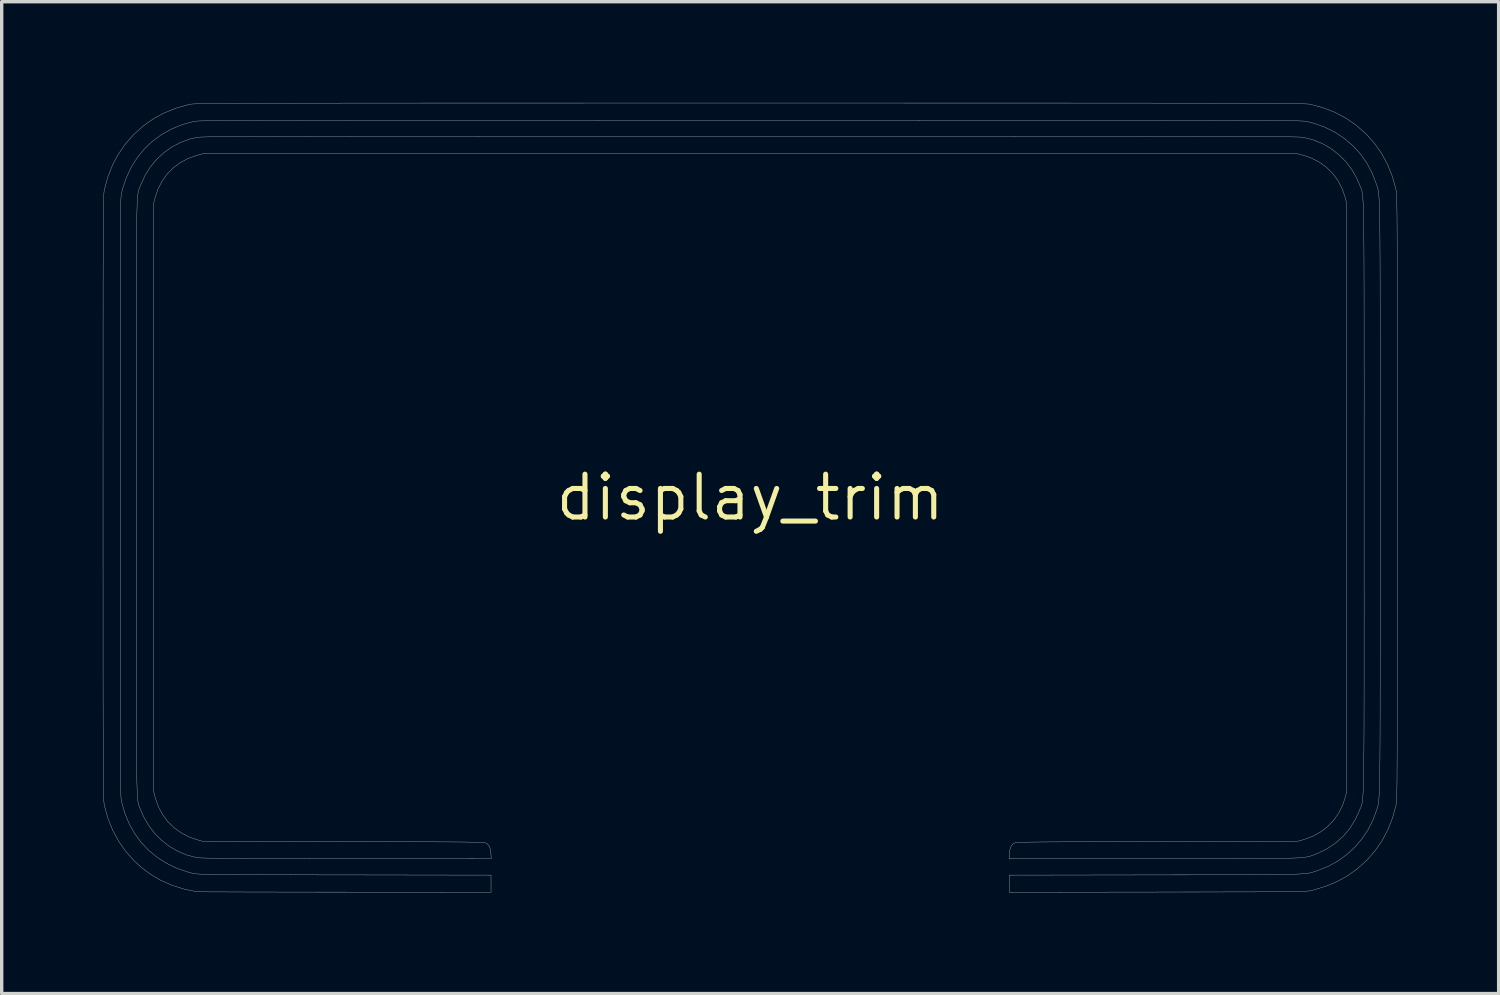
<source format=kicad_pcb>
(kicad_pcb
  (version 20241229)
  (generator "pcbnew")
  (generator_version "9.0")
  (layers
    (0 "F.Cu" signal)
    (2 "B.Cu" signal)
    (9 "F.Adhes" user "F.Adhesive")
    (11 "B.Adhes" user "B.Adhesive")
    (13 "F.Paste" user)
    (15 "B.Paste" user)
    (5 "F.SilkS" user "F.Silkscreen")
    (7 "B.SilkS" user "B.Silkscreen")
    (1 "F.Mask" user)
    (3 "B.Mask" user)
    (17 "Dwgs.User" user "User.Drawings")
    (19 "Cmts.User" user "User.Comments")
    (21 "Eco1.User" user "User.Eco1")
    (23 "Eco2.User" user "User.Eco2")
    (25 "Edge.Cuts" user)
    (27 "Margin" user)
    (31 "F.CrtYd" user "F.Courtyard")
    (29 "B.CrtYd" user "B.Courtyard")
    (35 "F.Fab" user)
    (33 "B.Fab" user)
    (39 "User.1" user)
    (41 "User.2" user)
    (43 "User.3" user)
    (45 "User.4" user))
  (footprint "display_trim"
    (layer "F.Cu")
    (at 19.193 11.7)
    (property "Reference" "display_trim" (at 0 0 0) (layer "F.SilkS") (effects (font (size 1.27 1.27) (thickness 0.15))))
    (attr through_hole)
    (fp_poly (pts (xy 1.002 -10.71) (xy 1.963 -10.71) (xy 2.883 -10.71) (xy 3.763 -10.71) (xy 4.604 -10.71) (xy 5.408 -10.71) (xy 6.174 -10.71) (xy 6.904 -10.71) (xy 7.599 -10.71) (xy 8.259 -10.709) (xy 8.886 -10.709) (xy 9.479 -10.709) (xy 10.041 -10.709) (xy 10.572 -10.708) (xy 11.073 -10.708) (xy 11.545 -10.708) (xy 11.988 -10.707) (xy 12.404 -10.707) (xy 12.793 -10.706) (xy 13.156 -10.706) (xy 13.494 -10.705) (xy 13.809 -10.704) (xy 14.1 -10.704) (xy 14.369 -10.703) (xy 14.616 -10.702) (xy 14.843 -10.701) (xy 15.05 -10.7) (xy 15.238 -10.699) (xy 15.409 -10.698) (xy 15.562 -10.697) (xy 15.699 -10.696) (xy 15.821 -10.695) (xy 15.929 -10.694) (xy 16.023 -10.692) (xy 16.104 -10.691) (xy 16.173 -10.689) (xy 16.231 -10.688) (xy 16.28 -10.686) (xy 16.319 -10.684) (xy 16.349 -10.683) (xy 16.373 -10.681) (xy 16.389 -10.679) (xy 16.393 -10.678) (xy 16.681 -10.607) (xy 16.954 -10.498) (xy 17.208 -10.353) (xy 17.442 -10.176) (xy 17.65 -9.969) (xy 17.831 -9.735) (xy 17.981 -9.475) (xy 18.069 -9.271) (xy 18.08 -9.243) (xy 18.091 -9.218) (xy 18.1 -9.195) (xy 18.11 -9.174) (xy 18.118 -9.152) (xy 18.126 -9.129) (xy 18.134 -9.102) (xy 18.141 -9.072) (xy 18.148 -9.037) (xy 18.154 -8.995) (xy 18.159 -8.946) (xy 18.165 -8.888) (xy 18.169 -8.819) (xy 18.174 -8.74) (xy 18.178 -8.648) (xy 18.181 -8.542) (xy 18.185 -8.421) (xy 18.188 -8.284) (xy 18.19 -8.129) (xy 18.193 -7.956) (xy 18.195 -7.763) (xy 18.196 -7.549) (xy 18.198 -7.312) (xy 18.199 -7.052) (xy 18.2 -6.768) (xy 18.201 -6.457) (xy 18.202 -6.119) (xy 18.202 -5.752) (xy 18.203 -5.356) (xy 18.203 -4.929) (xy 18.203 -4.47) (xy 18.203 -3.977) (xy 18.204 -3.45) (xy 18.204 -2.887) (xy 18.203 -2.287) (xy 18.203 -1.649) (xy 18.203 -0.972) (xy 18.203 -0.253) (xy 18.203 0) (xy 18.203 0.732) (xy 18.203 1.424) (xy 18.203 2.075) (xy 18.203 2.688) (xy 18.204 3.263) (xy 18.203 3.802) (xy 18.203 4.306) (xy 18.203 4.777) (xy 18.203 5.215) (xy 18.203 5.621) (xy 18.202 5.998) (xy 18.201 6.345) (xy 18.201 6.665) (xy 18.2 6.959) (xy 18.198 7.227) (xy 18.197 7.471) (xy 18.195 7.693) (xy 18.193 7.893) (xy 18.191 8.073) (xy 18.188 8.233) (xy 18.186 8.376) (xy 18.183 8.502) (xy 18.179 8.613) (xy 18.175 8.71) (xy 18.171 8.794) (xy 18.166 8.866) (xy 18.161 8.927) (xy 18.156 8.979) (xy 18.15 9.024) (xy 18.143 9.061) (xy 18.136 9.093) (xy 18.129 9.12) (xy 18.121 9.144) (xy 18.113 9.167) (xy 18.104 9.188) (xy 18.094 9.21) (xy 18.084 9.234) (xy 18.073 9.261) (xy 18.069 9.271) (xy 17.941 9.553) (xy 17.78 9.81) (xy 17.588 10.04) (xy 17.365 10.24) (xy 17.115 10.41) (xy 16.839 10.546) (xy 16.764 10.576) (xy 16.724 10.592) (xy 16.687 10.606) (xy 16.653 10.619) (xy 16.618 10.631) (xy 16.582 10.641) (xy 16.542 10.651) (xy 16.497 10.66) (xy 16.445 10.668) (xy 16.383 10.675) (xy 16.311 10.681) (xy 16.227 10.687) (xy 16.128 10.691) (xy 16.013 10.695) (xy 15.88 10.699) (xy 15.728 10.702) (xy 15.554 10.704) (xy 15.356 10.706) (xy 15.133 10.707) (xy 14.884 10.709) (xy 14.606 10.709) (xy 14.297 10.71) (xy 13.956 10.71) (xy 13.58 10.71) (xy 13.169 10.71) (xy 12.72 10.71) (xy 12.232 10.71) (xy 11.943 10.71) (xy 7.678 10.71) (xy 7.688 10.553) (xy 7.702 10.437) (xy 7.729 10.353) (xy 7.775 10.291) (xy 7.826 10.25) (xy 7.834 10.246) (xy 7.846 10.242) (xy 7.864 10.238) (xy 7.889 10.235) (xy 7.923 10.231) (xy 7.968 10.229) (xy 8.026 10.226) (xy 8.098 10.224) (xy 8.186 10.221) (xy 8.292 10.219) (xy 8.418 10.218) (xy 8.565 10.216) (xy 8.735 10.214) (xy 8.93 10.213) (xy 9.152 10.212) (xy 9.402 10.21) (xy 9.682 10.209) (xy 9.994 10.208) (xy 10.34 10.207) (xy 10.721 10.206) (xy 11.14 10.205) (xy 11.597 10.203) (xy 12.064 10.202) (xy 16.245 10.191) (xy 16.414 10.144) (xy 16.672 10.05) (xy 16.907 9.921) (xy 17.117 9.762) (xy 17.298 9.573) (xy 17.45 9.358) (xy 17.568 9.119) (xy 17.637 8.911) (xy 17.685 8.731) (xy 17.685 -8.731) (xy 17.637 -8.911) (xy 17.547 -9.168) (xy 17.423 -9.403) (xy 17.266 -9.613) (xy 17.079 -9.796) (xy 16.866 -9.948) (xy 16.627 -10.069) (xy 16.401 -10.145) (xy 16.224 -10.192) (xy -16.224 -10.192) (xy -16.404 -10.144) (xy -16.661 -10.054) (xy -16.896 -9.93) (xy -17.106 -9.773) (xy -17.289 -9.586) (xy -17.441 -9.373) (xy -17.562 -9.134) (xy -17.638 -8.908) (xy -17.685 -8.731) (xy -17.685 8.731) (xy -17.638 8.908) (xy -17.548 9.166) (xy -17.423 9.401) (xy -17.266 9.612) (xy -17.078 9.796) (xy -16.863 9.949) (xy -16.623 10.071) (xy -16.415 10.144) (xy -16.245 10.191) (xy -12.064 10.202) (xy -11.569 10.203) (xy -11.114 10.205) (xy -10.697 10.206) (xy -10.318 10.207) (xy -9.975 10.208) (xy -9.664 10.209) (xy -9.386 10.211) (xy -9.138 10.212) (xy -8.918 10.213) (xy -8.724 10.215) (xy -8.556 10.216) (xy -8.41 10.218) (xy -8.285 10.22) (xy -8.181 10.222) (xy -8.093 10.224) (xy -8.022 10.226) (xy -7.965 10.229) (xy -7.921 10.232) (xy -7.887 10.235) (xy -7.863 10.238) (xy -7.845 10.242) (xy -7.834 10.246) (xy -7.826 10.25) (xy -7.763 10.303) (xy -7.722 10.369) (xy -7.698 10.459) (xy -7.688 10.553) (xy -7.678 10.71) (xy -11.962 10.708) (xy -12.475 10.708) (xy -12.947 10.708) (xy -13.381 10.707) (xy -13.777 10.707) (xy -14.138 10.706) (xy -14.465 10.706) (xy -14.759 10.705) (xy -15.023 10.704) (xy -15.257 10.703) (xy -15.465 10.701) (xy -15.647 10.7) (xy -15.805 10.698) (xy -15.94 10.697) (xy -16.056 10.694) (xy -16.152 10.692) (xy -16.231 10.69) (xy -16.294 10.687) (xy -16.343 10.684) (xy -16.381 10.681) (xy -16.407 10.677) (xy -16.411 10.677) (xy -16.694 10.604) (xy -16.964 10.494) (xy -17.216 10.348) (xy -17.447 10.17) (xy -17.655 9.963) (xy -17.834 9.728) (xy -17.983 9.47) (xy -18.069 9.271) (xy -18.08 9.243) (xy -18.091 9.218) (xy -18.1 9.195) (xy -18.11 9.174) (xy -18.118 9.152) (xy -18.126 9.129) (xy -18.134 9.102) (xy -18.141 9.072) (xy -18.148 9.037) (xy -18.154 8.995) (xy -18.159 8.946) (xy -18.165 8.888) (xy -18.169 8.819) (xy -18.174 8.74) (xy -18.178 8.648) (xy -18.181 8.542) (xy -18.185 8.421) (xy -18.188 8.284) (xy -18.19 8.129) (xy -18.193 7.956) (xy -18.195 7.763) (xy -18.196 7.549) (xy -18.198 7.312) (xy -18.199 7.052) (xy -18.2 6.768) (xy -18.201 6.457) (xy -18.202 6.119) (xy -18.202 5.752) (xy -18.203 5.356) (xy -18.203 4.929) (xy -18.203 4.47) (xy -18.203 3.977) (xy -18.204 3.45) (xy -18.204 2.887) (xy -18.203 2.287) (xy -18.203 1.649) (xy -18.203 0.972) (xy -18.203 0.253) (xy -18.203 0) (xy -18.203 -0.732) (xy -18.203 -1.424) (xy -18.203 -2.075) (xy -18.203 -2.688) (xy -18.204 -3.263) (xy -18.203 -3.802) (xy -18.203 -4.306) (xy -18.203 -4.777) (xy -18.203 -5.215) (xy -18.203 -5.621) (xy -18.202 -5.998) (xy -18.201 -6.345) (xy -18.201 -6.665) (xy -18.2 -6.959) (xy -18.198 -7.227) (xy -18.197 -7.471) (xy -18.195 -7.693) (xy -18.193 -7.893) (xy -18.191 -8.073) (xy -18.188 -8.233) (xy -18.186 -8.376) (xy -18.183 -8.502) (xy -18.179 -8.613) (xy -18.175 -8.71) (xy -18.171 -8.794) (xy -18.166 -8.866) (xy -18.161 -8.927) (xy -18.156 -8.979) (xy -18.15 -9.024) (xy -18.143 -9.061) (xy -18.136 -9.093) (xy -18.129 -9.12) (xy -18.121 -9.144) (xy -18.113 -9.167) (xy -18.104 -9.188) (xy -18.094 -9.21) (xy -18.084 -9.234) (xy -18.073 -9.261) (xy -18.069 -9.271) (xy -17.944 -9.546) (xy -17.786 -9.799) (xy -17.597 -10.027) (xy -17.382 -10.226) (xy -17.143 -10.395) (xy -16.883 -10.53) (xy -16.606 -10.63) (xy -16.393 -10.678) (xy -16.379 -10.68) (xy -16.358 -10.682) (xy -16.33 -10.684) (xy -16.294 -10.686) (xy -16.249 -10.687) (xy -16.194 -10.689) (xy -16.128 -10.69) (xy -16.051 -10.692) (xy -15.962 -10.693) (xy -15.859 -10.694) (xy -15.742 -10.696) (xy -15.61 -10.697) (xy -15.462 -10.698) (xy -15.298 -10.699) (xy -15.116 -10.7) (xy -14.915 -10.701) (xy -14.695 -10.702) (xy -14.454 -10.703) (xy -14.193 -10.703) (xy -13.909 -10.704) (xy -13.603 -10.705) (xy -13.273 -10.705) (xy -12.918 -10.706) (xy -12.538 -10.707) (xy -12.131 -10.707) (xy -11.697 -10.708) (xy -11.236 -10.708) (xy -10.745 -10.708) (xy -10.224 -10.709) (xy -9.672 -10.709) (xy -9.089 -10.709) (xy -8.474 -10.709) (xy -7.825 -10.71) (xy -7.142 -10.71) (xy -6.424 -10.71) (xy -5.67 -10.71) (xy -4.879 -10.71) (xy -4.051 -10.71) (xy -3.184 -10.71) (xy -2.277 -10.71) (xy -1.331 -10.71) (xy -0.343 -10.71) (xy 0 -10.71) (xy 1.002 -10.71)) (stroke (width 0.01) (type solid)) (fill yes) (layer "F.Mask"))
    (fp_poly (pts (xy 1.002 -11.695) (xy 1.962 -11.695) (xy 2.881 -11.695) (xy 3.761 -11.695) (xy 4.602 -11.694) (xy 5.405 -11.694) (xy 6.171 -11.694) (xy 6.901 -11.694) (xy 7.596 -11.694) (xy 8.257 -11.694) (xy 8.883 -11.694) (xy 9.478 -11.694) (xy 10.04 -11.693) (xy 10.572 -11.693) (xy 11.074 -11.693) (xy 11.547 -11.693) (xy 11.991 -11.692) (xy 12.409 -11.692) (xy 12.8 -11.692) (xy 13.165 -11.691) (xy 13.506 -11.691) (xy 13.823 -11.69) (xy 14.117 -11.689) (xy 14.389 -11.689) (xy 14.64 -11.688) (xy 14.871 -11.687) (xy 15.083 -11.686) (xy 15.276 -11.686) (xy 15.451 -11.685) (xy 15.61 -11.684) (xy 15.754 -11.682) (xy 15.882 -11.681) (xy 15.996 -11.68) (xy 16.097 -11.679) (xy 16.186 -11.677) (xy 16.264 -11.676) (xy 16.331 -11.675) (xy 16.388 -11.673) (xy 16.437 -11.671) (xy 16.478 -11.669) (xy 16.512 -11.668) (xy 16.541 -11.666) (xy 16.563 -11.664) (xy 16.582 -11.662) (xy 16.597 -11.659) (xy 16.61 -11.657) (xy 16.615 -11.656) (xy 16.986 -11.556) (xy 17.333 -11.421) (xy 17.656 -11.251) (xy 17.956 -11.046) (xy 18.234 -10.805) (xy 18.266 -10.773) (xy 18.511 -10.499) (xy 18.721 -10.201) (xy 18.896 -9.879) (xy 19.035 -9.534) (xy 19.139 -9.166) (xy 19.149 -9.122) (xy 19.152 -9.106) (xy 19.155 -9.088) (xy 19.158 -9.067) (xy 19.161 -9.041) (xy 19.163 -9.009) (xy 19.165 -8.969) (xy 19.168 -8.922) (xy 19.17 -8.865) (xy 19.171 -8.798) (xy 19.173 -8.718) (xy 19.175 -8.625) (xy 19.176 -8.518) (xy 19.178 -8.396) (xy 19.179 -8.256) (xy 19.18 -8.099) (xy 19.181 -7.922) (xy 19.182 -7.725) (xy 19.183 -7.507) (xy 19.184 -7.266) (xy 19.184 -7) (xy 19.185 -6.71) (xy 19.185 -6.392) (xy 19.186 -6.048) (xy 19.186 -5.674) (xy 19.187 -5.27) (xy 19.187 -4.835) (xy 19.187 -4.368) (xy 19.187 -3.866) (xy 19.187 -3.33) (xy 19.187 -2.758) (xy 19.188 -2.148) (xy 19.188 -1.5) (xy 19.188 -0.812) (xy 19.188 -0.083) (xy 19.188 0) (xy 19.188 0.734) (xy 19.188 1.426) (xy 19.188 2.079) (xy 19.187 2.693) (xy 19.187 3.269) (xy 19.187 3.809) (xy 19.187 4.314) (xy 19.187 4.785) (xy 19.187 5.224) (xy 19.186 5.631) (xy 19.186 6.008) (xy 19.186 6.356) (xy 19.185 6.676) (xy 19.184 6.969) (xy 19.184 7.238) (xy 19.183 7.481) (xy 19.182 7.702) (xy 19.181 7.902) (xy 19.18 8.08) (xy 19.179 8.24) (xy 19.178 8.381) (xy 19.177 8.505) (xy 19.175 8.614) (xy 19.173 8.708) (xy 19.172 8.789) (xy 19.17 8.858) (xy 19.168 8.916) (xy 19.166 8.965) (xy 19.163 9.005) (xy 19.161 9.037) (xy 19.158 9.064) (xy 19.155 9.086) (xy 19.152 9.105) (xy 19.149 9.121) (xy 19.149 9.122) (xy 19.049 9.493) (xy 18.913 9.841) (xy 18.743 10.165) (xy 18.537 10.466) (xy 18.296 10.743) (xy 18.266 10.773) (xy 18.007 11.006) (xy 17.729 11.206) (xy 17.428 11.376) (xy 17.102 11.515) (xy 16.745 11.628) (xy 16.637 11.655) (xy 16.617 11.659) (xy 16.594 11.664) (xy 16.567 11.667) (xy 16.533 11.671) (xy 16.491 11.674) (xy 16.44 11.677) (xy 16.376 11.679) (xy 16.3 11.682) (xy 16.208 11.684) (xy 16.099 11.686) (xy 15.972 11.687) (xy 15.824 11.689) (xy 15.655 11.69) (xy 15.461 11.692) (xy 15.242 11.693) (xy 14.995 11.694) (xy 14.719 11.695) (xy 14.413 11.695) (xy 14.073 11.696) (xy 13.7 11.697) (xy 13.29 11.698) (xy 12.842 11.698) (xy 12.355 11.699) (xy 12.081 11.7) (xy 7.684 11.706) (xy 7.684 11.198) (xy 12.017 11.191) (xy 12.527 11.19) (xy 12.996 11.19) (xy 13.426 11.189) (xy 13.819 11.189) (xy 14.178 11.188) (xy 14.503 11.187) (xy 14.796 11.186) (xy 15.06 11.185) (xy 15.296 11.184) (xy 15.506 11.182) (xy 15.691 11.18) (xy 15.854 11.177) (xy 15.997 11.174) (xy 16.121 11.171) (xy 16.227 11.167) (xy 16.319 11.162) (xy 16.397 11.157) (xy 16.463 11.151) (xy 16.52 11.144) (xy 16.569 11.137) (xy 16.611 11.128) (xy 16.649 11.119) (xy 16.685 11.109) (xy 16.72 11.097) (xy 16.756 11.085) (xy 16.795 11.071) (xy 16.838 11.057) (xy 17.143 10.935) (xy 17.429 10.777) (xy 17.693 10.585) (xy 17.933 10.363) (xy 18.144 10.115) (xy 18.325 9.842) (xy 18.472 9.548) (xy 18.558 9.313) (xy 18.568 9.283) (xy 18.578 9.256) (xy 18.586 9.231) (xy 18.595 9.207) (xy 18.603 9.183) (xy 18.61 9.156) (xy 18.617 9.127) (xy 18.623 9.094) (xy 18.629 9.056) (xy 18.635 9.011) (xy 18.64 8.958) (xy 18.644 8.896) (xy 18.649 8.824) (xy 18.653 8.741) (xy 18.656 8.645) (xy 18.66 8.534) (xy 18.663 8.409) (xy 18.665 8.268) (xy 18.668 8.108) (xy 18.67 7.93) (xy 18.672 7.732) (xy 18.673 7.513) (xy 18.675 7.271) (xy 18.676 7.005) (xy 18.677 6.715) (xy 18.678 6.398) (xy 18.678 6.054) (xy 18.679 5.681) (xy 18.679 5.278) (xy 18.679 4.844) (xy 18.68 4.378) (xy 18.68 3.878) (xy 18.68 3.343) (xy 18.68 2.773) (xy 18.68 2.165) (xy 18.68 1.519) (xy 18.68 0.833) (xy 18.68 0.106) (xy 18.68 0) (xy 18.68 -0.733) (xy 18.68 -1.425) (xy 18.68 -2.076) (xy 18.68 -2.69) (xy 18.68 -3.265) (xy 18.68 -3.805) (xy 18.68 -4.31) (xy 18.679 -4.78) (xy 18.679 -5.219) (xy 18.679 -5.626) (xy 18.678 -6.003) (xy 18.678 -6.351) (xy 18.677 -6.672) (xy 18.676 -6.966) (xy 18.675 -7.235) (xy 18.673 -7.48) (xy 18.672 -7.703) (xy 18.67 -7.904) (xy 18.668 -8.085) (xy 18.666 -8.246) (xy 18.663 -8.39) (xy 18.66 -8.518) (xy 18.657 -8.63) (xy 18.653 -8.728) (xy 18.649 -8.813) (xy 18.645 -8.887) (xy 18.64 -8.95) (xy 18.635 -9.004) (xy 18.63 -9.05) (xy 18.624 -9.089) (xy 18.618 -9.123) (xy 18.611 -9.153) (xy 18.604 -9.179) (xy 18.596 -9.204) (xy 18.588 -9.228) (xy 18.579 -9.253) (xy 18.57 -9.279) (xy 18.56 -9.309) (xy 18.558 -9.313) (xy 18.437 -9.627) (xy 18.281 -9.919) (xy 18.093 -10.186) (xy 17.873 -10.426) (xy 17.625 -10.639) (xy 17.351 -10.822) (xy 17.052 -10.973) (xy 16.731 -11.09) (xy 16.509 -11.147) (xy 16.497 -11.15) (xy 16.484 -11.152) (xy 16.468 -11.154) (xy 16.448 -11.156) (xy 16.424 -11.158) (xy 16.394 -11.16) (xy 16.358 -11.162) (xy 16.315 -11.164) (xy 16.264 -11.165) (xy 16.205 -11.167) (xy 16.135 -11.169) (xy 16.055 -11.17) (xy 15.963 -11.171) (xy 15.859 -11.173) (xy 15.741 -11.174) (xy 15.609 -11.175) (xy 15.462 -11.176) (xy 15.299 -11.177) (xy 15.119 -11.178) (xy 14.922 -11.179) (xy 14.705 -11.18) (xy 14.47 -11.18) (xy 14.213 -11.181) (xy 13.936 -11.182) (xy 13.636 -11.182) (xy 13.313 -11.183) (xy 12.966 -11.183) (xy 12.594 -11.184) (xy 12.196 -11.184) (xy 11.772 -11.185) (xy 11.32 -11.185) (xy 10.84 -11.185) (xy 10.33 -11.185) (xy 9.79 -11.186) (xy 9.219 -11.186) (xy 8.616 -11.186) (xy 7.98 -11.186) (xy 7.311 -11.186) (xy 6.607 -11.186) (xy 5.867 -11.186) (xy 5.09 -11.186) (xy 4.277 -11.187) (xy 3.425 -11.187) (xy 2.534 -11.187) (xy 1.603 -11.187) (xy 0.631 -11.187) (xy 0 -11.187) (xy -0.998 -11.187) (xy -1.955 -11.187) (xy -2.871 -11.187) (xy -3.748 -11.187) (xy -4.586 -11.186) (xy -5.386 -11.186) (xy -6.149 -11.186) (xy -6.876 -11.186) (xy -7.567 -11.186) (xy -8.225 -11.186) (xy -8.848 -11.186) (xy -9.44 -11.186) (xy -9.999 -11.185) (xy -10.528 -11.185) (xy -11.027 -11.185) (xy -11.497 -11.185) (xy -11.938 -11.184) (xy -12.353 -11.184) (xy -12.741 -11.183) (xy -13.104 -11.183) (xy -13.442 -11.182) (xy -13.756 -11.182) (xy -14.048 -11.181) (xy -14.317 -11.181) (xy -14.566 -11.18) (xy -14.794 -11.179) (xy -15.004 -11.178) (xy -15.195 -11.177) (xy -15.368 -11.176) (xy -15.525 -11.175) (xy -15.666 -11.174) (xy -15.792 -11.173) (xy -15.905 -11.172) (xy -16.004 -11.171) (xy -16.091 -11.169) (xy -16.167 -11.168) (xy -16.233 -11.166) (xy -16.289 -11.165) (xy -16.336 -11.163) (xy -16.376 -11.161) (xy -16.409 -11.159) (xy -16.436 -11.157) (xy -16.458 -11.155) (xy -16.476 -11.153) (xy -16.49 -11.151) (xy -16.502 -11.149) (xy -16.505 -11.148) (xy -16.845 -11.053) (xy -17.162 -10.923) (xy -17.455 -10.759) (xy -17.721 -10.564) (xy -17.959 -10.339) (xy -18.168 -10.085) (xy -18.346 -9.804) (xy -18.491 -9.498) (xy -18.603 -9.168) (xy -18.641 -9.012) (xy -18.644 -8.996) (xy -18.647 -8.979) (xy -18.65 -8.957) (xy -18.653 -8.931) (xy -18.655 -8.899) (xy -18.658 -8.859) (xy -18.66 -8.812) (xy -18.662 -8.754) (xy -18.664 -8.686) (xy -18.665 -8.606) (xy -18.667 -8.512) (xy -18.669 -8.404) (xy -18.67 -8.28) (xy -18.671 -8.139) (xy -18.672 -7.981) (xy -18.673 -7.802) (xy -18.674 -7.604) (xy -18.675 -7.383) (xy -18.676 -7.139) (xy -18.676 -6.871) (xy -18.677 -6.578) (xy -18.678 -6.258) (xy -18.678 -5.91) (xy -18.678 -5.533) (xy -18.679 -5.126) (xy -18.679 -4.687) (xy -18.679 -4.215) (xy -18.679 -3.71) (xy -18.679 -3.169) (xy -18.679 -2.592) (xy -18.68 -1.977) (xy -18.68 -1.323) (xy -18.68 -0.629) (xy -18.68 0) (xy -18.68 0.729) (xy -18.68 1.417) (xy -18.68 2.065) (xy -18.679 2.675) (xy -18.679 3.247) (xy -18.679 3.783) (xy -18.679 4.284) (xy -18.679 4.751) (xy -18.679 5.185) (xy -18.678 5.588) (xy -18.678 5.961) (xy -18.677 6.305) (xy -18.677 6.621) (xy -18.676 6.911) (xy -18.676 7.175) (xy -18.675 7.415) (xy -18.674 7.633) (xy -18.673 7.829) (xy -18.672 8.004) (xy -18.671 8.16) (xy -18.67 8.299) (xy -18.668 8.42) (xy -18.667 8.526) (xy -18.665 8.618) (xy -18.663 8.696) (xy -18.661 8.763) (xy -18.659 8.819) (xy -18.657 8.865) (xy -18.655 8.904) (xy -18.652 8.935) (xy -18.65 8.96) (xy -18.647 8.981) (xy -18.644 8.999) (xy -18.641 9.012) (xy -18.546 9.352) (xy -18.416 9.669) (xy -18.252 9.962) (xy -18.057 10.228) (xy -17.832 10.466) (xy -17.577 10.675) (xy -17.295 10.853) (xy -16.988 11) (xy -16.656 11.112) (xy -16.509 11.149) (xy -16.489 11.153) (xy -16.463 11.157) (xy -16.432 11.16) (xy -16.393 11.163) (xy -16.344 11.166) (xy -16.284 11.169) (xy -16.21 11.172) (xy -16.122 11.174) (xy -16.017 11.176) (xy -15.894 11.178) (xy -15.75 11.179) (xy -15.585 11.181) (xy -15.396 11.182) (xy -15.181 11.184) (xy -14.94 11.185) (xy -14.669 11.186) (xy -14.368 11.187) (xy -14.034 11.187) (xy -13.666 11.188) (xy -13.262 11.189) (xy -12.82 11.19) (xy -12.339 11.191) (xy -12.017 11.191) (xy -7.684 11.198) (xy -7.684 11.705) (xy -12.017 11.702) (xy -12.443 11.702) (xy -12.858 11.702) (xy -13.26 11.701) (xy -13.647 11.701) (xy -14.017 11.7) (xy -14.369 11.699) (xy -14.699 11.699) (xy -15.006 11.698) (xy -15.288 11.697) (xy -15.543 11.696) (xy -15.769 11.696) (xy -15.964 11.695) (xy -16.126 11.694) (xy -16.253 11.693) (xy -16.343 11.692) (xy -16.393 11.692) (xy -16.404 11.691) (xy -16.785 11.612) (xy -17.139 11.501) (xy -17.469 11.356) (xy -17.776 11.176) (xy -18.062 10.961) (xy -18.266 10.773) (xy -18.51 10.5) (xy -18.719 10.202) (xy -18.895 9.88) (xy -19.035 9.536) (xy -19.138 9.173) (xy -19.149 9.123) (xy -19.152 9.107) (xy -19.155 9.089) (xy -19.158 9.067) (xy -19.161 9.04) (xy -19.163 9.007) (xy -19.166 8.967) (xy -19.168 8.919) (xy -19.17 8.861) (xy -19.172 8.792) (xy -19.173 8.711) (xy -19.175 8.617) (xy -19.176 8.508) (xy -19.178 8.384) (xy -19.179 8.242) (xy -19.18 8.083) (xy -19.181 7.904) (xy -19.182 7.705) (xy -19.183 7.484) (xy -19.184 7.24) (xy -19.184 6.972) (xy -19.185 6.678) (xy -19.185 6.358) (xy -19.186 6.01) (xy -19.186 5.633) (xy -19.187 5.226) (xy -19.187 4.787) (xy -19.187 4.316) (xy -19.187 3.811) (xy -19.187 3.271) (xy -19.187 2.694) (xy -19.188 2.081) (xy -19.188 1.428) (xy -19.188 0.735) (xy -19.188 0.002) (xy -19.188 0) (xy -19.188 -0.734) (xy -19.188 -1.426) (xy -19.188 -2.079) (xy -19.187 -2.693) (xy -19.187 -3.269) (xy -19.187 -3.809) (xy -19.187 -4.314) (xy -19.187 -4.785) (xy -19.187 -5.224) (xy -19.186 -5.631) (xy -19.186 -6.008) (xy -19.186 -6.356) (xy -19.185 -6.676) (xy -19.184 -6.969) (xy -19.184 -7.238) (xy -19.183 -7.481) (xy -19.182 -7.702) (xy -19.181 -7.902) (xy -19.18 -8.08) (xy -19.179 -8.24) (xy -19.178 -8.381) (xy -19.177 -8.505) (xy -19.175 -8.614) (xy -19.173 -8.708) (xy -19.172 -8.789) (xy -19.17 -8.858) (xy -19.168 -8.916) (xy -19.166 -8.965) (xy -19.163 -9.005) (xy -19.161 -9.037) (xy -19.158 -9.064) (xy -19.155 -9.086) (xy -19.152 -9.105) (xy -19.149 -9.121) (xy -19.149 -9.122) (xy -19.049 -9.493) (xy -18.914 -9.84) (xy -18.744 -10.163) (xy -18.539 -10.463) (xy -18.298 -10.741) (xy -18.266 -10.773) (xy -17.992 -11.018) (xy -17.695 -11.228) (xy -17.374 -11.402) (xy -17.03 -11.541) (xy -16.662 -11.646) (xy -16.615 -11.656) (xy -16.603 -11.658) (xy -16.589 -11.661) (xy -16.572 -11.663) (xy -16.552 -11.665) (xy -16.526 -11.667) (xy -16.495 -11.669) (xy -16.457 -11.67) (xy -16.412 -11.672) (xy -16.358 -11.674) (xy -16.296 -11.675) (xy -16.223 -11.677) (xy -16.139 -11.678) (xy -16.044 -11.68) (xy -15.936 -11.681) (xy -15.814 -11.682) (xy -15.678 -11.683) (xy -15.526 -11.684) (xy -15.358 -11.685) (xy -15.173 -11.686) (xy -14.97 -11.687) (xy -14.748 -11.688) (xy -14.506 -11.688) (xy -14.244 -11.689) (xy -13.96 -11.69) (xy -13.653 -11.69) (xy -13.324 -11.691) (xy -12.97 -11.691) (xy -12.59 -11.692) (xy -12.185 -11.692) (xy -11.753 -11.693) (xy -11.293 -11.693) (xy -10.805 -11.693) (xy -10.287 -11.693) (xy -9.739 -11.694) (xy -9.159 -11.694) (xy -8.547 -11.694) (xy -7.902 -11.694) (xy -7.223 -11.694) (xy -6.509 -11.694) (xy -5.76 -11.694) (xy -4.974 -11.694) (xy -4.15 -11.695) (xy -3.288 -11.695) (xy -2.387 -11.695) (xy -1.445 -11.695) (xy -0.463 -11.695) (xy 0 -11.695) (xy 1.002 -11.695)) (stroke (width 0.01) (type solid)) (fill yes) (layer "F.Mask"))
    (fp_poly (pts (xy 1.002 -10.71) (xy 1.963 -10.71) (xy 2.883 -10.71) (xy 3.763 -10.71) (xy 4.604 -10.71) (xy 5.408 -10.71) (xy 6.174 -10.71) (xy 6.904 -10.71) (xy 7.599 -10.71) (xy 8.259 -10.709) (xy 8.886 -10.709) (xy 9.479 -10.709) (xy 10.041 -10.709) (xy 10.572 -10.708) (xy 11.073 -10.708) (xy 11.545 -10.708) (xy 11.988 -10.707) (xy 12.404 -10.707) (xy 12.793 -10.706) (xy 13.156 -10.706) (xy 13.494 -10.705) (xy 13.809 -10.704) (xy 14.1 -10.704) (xy 14.369 -10.703) (xy 14.616 -10.702) (xy 14.843 -10.701) (xy 15.05 -10.7) (xy 15.238 -10.699) (xy 15.409 -10.698) (xy 15.562 -10.697) (xy 15.699 -10.696) (xy 15.821 -10.695) (xy 15.929 -10.694) (xy 16.023 -10.692) (xy 16.104 -10.691) (xy 16.173 -10.689) (xy 16.231 -10.688) (xy 16.28 -10.686) (xy 16.319 -10.684) (xy 16.349 -10.683) (xy 16.373 -10.681) (xy 16.389 -10.679) (xy 16.393 -10.678) (xy 16.681 -10.607) (xy 16.954 -10.498) (xy 17.208 -10.353) (xy 17.442 -10.176) (xy 17.65 -9.969) (xy 17.831 -9.735) (xy 17.981 -9.475) (xy 18.069 -9.271) (xy 18.08 -9.243) (xy 18.091 -9.218) (xy 18.1 -9.195) (xy 18.11 -9.174) (xy 18.118 -9.152) (xy 18.126 -9.129) (xy 18.134 -9.102) (xy 18.141 -9.072) (xy 18.148 -9.037) (xy 18.154 -8.995) (xy 18.159 -8.946) (xy 18.165 -8.888) (xy 18.169 -8.819) (xy 18.174 -8.74) (xy 18.178 -8.648) (xy 18.181 -8.542) (xy 18.185 -8.421) (xy 18.188 -8.284) (xy 18.19 -8.129) (xy 18.193 -7.956) (xy 18.195 -7.763) (xy 18.196 -7.549) (xy 18.198 -7.312) (xy 18.199 -7.052) (xy 18.2 -6.768) (xy 18.201 -6.457) (xy 18.202 -6.119) (xy 18.202 -5.752) (xy 18.203 -5.356) (xy 18.203 -4.929) (xy 18.203 -4.47) (xy 18.203 -3.977) (xy 18.204 -3.45) (xy 18.204 -2.887) (xy 18.203 -2.287) (xy 18.203 -1.649) (xy 18.203 -0.972) (xy 18.203 -0.253) (xy 18.203 0) (xy 18.203 0.732) (xy 18.203 1.424) (xy 18.203 2.075) (xy 18.203 2.688) (xy 18.204 3.263) (xy 18.203 3.802) (xy 18.203 4.306) (xy 18.203 4.777) (xy 18.203 5.215) (xy 18.203 5.621) (xy 18.202 5.998) (xy 18.201 6.345) (xy 18.201 6.665) (xy 18.2 6.959) (xy 18.198 7.227) (xy 18.197 7.471) (xy 18.195 7.693) (xy 18.193 7.893) (xy 18.191 8.073) (xy 18.188 8.233) (xy 18.186 8.376) (xy 18.183 8.502) (xy 18.179 8.613) (xy 18.175 8.71) (xy 18.171 8.794) (xy 18.166 8.866) (xy 18.161 8.927) (xy 18.156 8.979) (xy 18.15 9.024) (xy 18.143 9.061) (xy 18.136 9.093) (xy 18.129 9.12) (xy 18.121 9.144) (xy 18.113 9.167) (xy 18.104 9.188) (xy 18.094 9.21) (xy 18.084 9.234) (xy 18.073 9.261) (xy 18.069 9.271) (xy 17.941 9.553) (xy 17.78 9.81) (xy 17.588 10.04) (xy 17.365 10.24) (xy 17.115 10.41) (xy 16.839 10.546) (xy 16.764 10.576) (xy 16.724 10.592) (xy 16.687 10.606) (xy 16.653 10.619) (xy 16.618 10.631) (xy 16.582 10.641) (xy 16.542 10.651) (xy 16.497 10.66) (xy 16.445 10.668) (xy 16.383 10.675) (xy 16.311 10.681) (xy 16.227 10.687) (xy 16.128 10.691) (xy 16.013 10.695) (xy 15.88 10.699) (xy 15.728 10.702) (xy 15.554 10.704) (xy 15.356 10.706) (xy 15.133 10.707) (xy 14.884 10.709) (xy 14.606 10.709) (xy 14.297 10.71) (xy 13.956 10.71) (xy 13.58 10.71) (xy 13.169 10.71) (xy 12.72 10.71) (xy 12.232 10.71) (xy 11.943 10.71) (xy 7.678 10.71) (xy 7.688 10.553) (xy 7.702 10.437) (xy 7.729 10.353) (xy 7.775 10.291) (xy 7.826 10.25) (xy 7.834 10.246) (xy 7.846 10.242) (xy 7.864 10.238) (xy 7.889 10.235) (xy 7.923 10.231) (xy 7.968 10.229) (xy 8.026 10.226) (xy 8.098 10.224) (xy 8.186 10.221) (xy 8.292 10.219) (xy 8.418 10.218) (xy 8.565 10.216) (xy 8.735 10.214) (xy 8.93 10.213) (xy 9.152 10.212) (xy 9.402 10.21) (xy 9.682 10.209) (xy 9.994 10.208) (xy 10.34 10.207) (xy 10.721 10.206) (xy 11.14 10.205) (xy 11.597 10.203) (xy 12.064 10.202) (xy 16.245 10.191) (xy 16.414 10.144) (xy 16.672 10.05) (xy 16.907 9.921) (xy 17.117 9.762) (xy 17.298 9.573) (xy 17.45 9.358) (xy 17.568 9.119) (xy 17.637 8.911) (xy 17.685 8.731) (xy 17.685 -8.731) (xy 17.637 -8.911) (xy 17.547 -9.168) (xy 17.423 -9.403) (xy 17.266 -9.613) (xy 17.079 -9.796) (xy 16.866 -9.948) (xy 16.627 -10.069) (xy 16.401 -10.145) (xy 16.224 -10.192) (xy -16.224 -10.192) (xy -16.404 -10.144) (xy -16.661 -10.054) (xy -16.896 -9.93) (xy -17.106 -9.773) (xy -17.289 -9.586) (xy -17.441 -9.373) (xy -17.562 -9.134) (xy -17.638 -8.908) (xy -17.685 -8.731) (xy -17.685 8.731) (xy -17.638 8.908) (xy -17.548 9.166) (xy -17.423 9.401) (xy -17.266 9.612) (xy -17.078 9.796) (xy -16.863 9.949) (xy -16.623 10.071) (xy -16.415 10.144) (xy -16.245 10.191) (xy -12.064 10.202) (xy -11.569 10.203) (xy -11.114 10.205) (xy -10.697 10.206) (xy -10.318 10.207) (xy -9.975 10.208) (xy -9.664 10.209) (xy -9.386 10.211) (xy -9.138 10.212) (xy -8.918 10.213) (xy -8.724 10.215) (xy -8.556 10.216) (xy -8.41 10.218) (xy -8.285 10.22) (xy -8.181 10.222) (xy -8.093 10.224) (xy -8.022 10.226) (xy -7.965 10.229) (xy -7.921 10.232) (xy -7.887 10.235) (xy -7.863 10.238) (xy -7.845 10.242) (xy -7.834 10.246) (xy -7.826 10.25) (xy -7.763 10.303) (xy -7.722 10.369) (xy -7.698 10.459) (xy -7.688 10.553) (xy -7.678 10.71) (xy -11.962 10.708) (xy -12.475 10.708) (xy -12.947 10.708) (xy -13.381 10.707) (xy -13.777 10.707) (xy -14.138 10.706) (xy -14.465 10.706) (xy -14.759 10.705) (xy -15.023 10.704) (xy -15.257 10.703) (xy -15.465 10.701) (xy -15.647 10.7) (xy -15.805 10.698) (xy -15.94 10.697) (xy -16.056 10.694) (xy -16.152 10.692) (xy -16.231 10.69) (xy -16.294 10.687) (xy -16.343 10.684) (xy -16.381 10.681) (xy -16.407 10.677) (xy -16.411 10.677) (xy -16.694 10.604) (xy -16.964 10.494) (xy -17.216 10.348) (xy -17.447 10.17) (xy -17.655 9.963) (xy -17.834 9.728) (xy -17.983 9.47) (xy -18.069 9.271) (xy -18.08 9.243) (xy -18.091 9.218) (xy -18.1 9.195) (xy -18.11 9.174) (xy -18.118 9.152) (xy -18.126 9.129) (xy -18.134 9.102) (xy -18.141 9.072) (xy -18.148 9.037) (xy -18.154 8.995) (xy -18.159 8.946) (xy -18.165 8.888) (xy -18.169 8.819) (xy -18.174 8.74) (xy -18.178 8.648) (xy -18.181 8.542) (xy -18.185 8.421) (xy -18.188 8.284) (xy -18.19 8.129) (xy -18.193 7.956) (xy -18.195 7.763) (xy -18.196 7.549) (xy -18.198 7.312) (xy -18.199 7.052) (xy -18.2 6.768) (xy -18.201 6.457) (xy -18.202 6.119) (xy -18.202 5.752) (xy -18.203 5.356) (xy -18.203 4.929) (xy -18.203 4.47) (xy -18.203 3.977) (xy -18.204 3.45) (xy -18.204 2.887) (xy -18.203 2.287) (xy -18.203 1.649) (xy -18.203 0.972) (xy -18.203 0.253) (xy -18.203 0) (xy -18.203 -0.732) (xy -18.203 -1.424) (xy -18.203 -2.075) (xy -18.203 -2.688) (xy -18.204 -3.263) (xy -18.203 -3.802) (xy -18.203 -4.306) (xy -18.203 -4.777) (xy -18.203 -5.215) (xy -18.203 -5.621) (xy -18.202 -5.998) (xy -18.201 -6.345) (xy -18.201 -6.665) (xy -18.2 -6.959) (xy -18.198 -7.227) (xy -18.197 -7.471) (xy -18.195 -7.693) (xy -18.193 -7.893) (xy -18.191 -8.073) (xy -18.188 -8.233) (xy -18.186 -8.376) (xy -18.183 -8.502) (xy -18.179 -8.613) (xy -18.175 -8.71) (xy -18.171 -8.794) (xy -18.166 -8.866) (xy -18.161 -8.927) (xy -18.156 -8.979) (xy -18.15 -9.024) (xy -18.143 -9.061) (xy -18.136 -9.093) (xy -18.129 -9.12) (xy -18.121 -9.144) (xy -18.113 -9.167) (xy -18.104 -9.188) (xy -18.094 -9.21) (xy -18.084 -9.234) (xy -18.073 -9.261) (xy -18.069 -9.271) (xy -17.944 -9.546) (xy -17.786 -9.799) (xy -17.597 -10.027) (xy -17.382 -10.226) (xy -17.143 -10.395) (xy -16.883 -10.53) (xy -16.606 -10.63) (xy -16.393 -10.678) (xy -16.379 -10.68) (xy -16.358 -10.682) (xy -16.33 -10.684) (xy -16.294 -10.686) (xy -16.249 -10.687) (xy -16.194 -10.689) (xy -16.128 -10.69) (xy -16.051 -10.692) (xy -15.962 -10.693) (xy -15.859 -10.694) (xy -15.742 -10.696) (xy -15.61 -10.697) (xy -15.462 -10.698) (xy -15.298 -10.699) (xy -15.116 -10.7) (xy -14.915 -10.701) (xy -14.695 -10.702) (xy -14.454 -10.703) (xy -14.193 -10.703) (xy -13.909 -10.704) (xy -13.603 -10.705) (xy -13.273 -10.705) (xy -12.918 -10.706) (xy -12.538 -10.707) (xy -12.131 -10.707) (xy -11.697 -10.708) (xy -11.236 -10.708) (xy -10.745 -10.708) (xy -10.224 -10.709) (xy -9.672 -10.709) (xy -9.089 -10.709) (xy -8.474 -10.709) (xy -7.825 -10.71) (xy -7.142 -10.71) (xy -6.424 -10.71) (xy -5.67 -10.71) (xy -4.879 -10.71) (xy -4.051 -10.71) (xy -3.184 -10.71) (xy -2.277 -10.71) (xy -1.331 -10.71) (xy -0.343 -10.71) (xy 0 -10.71) (xy 1.002 -10.71)) (stroke (width 0.01) (type solid)) (fill no) (layer "Dwgs.User"))
    (fp_poly (pts (xy 1.002 -11.695) (xy 1.962 -11.695) (xy 2.881 -11.695) (xy 3.761 -11.695) (xy 4.602 -11.694) (xy 5.405 -11.694) (xy 6.171 -11.694) (xy 6.901 -11.694) (xy 7.596 -11.694) (xy 8.257 -11.694) (xy 8.883 -11.694) (xy 9.478 -11.694) (xy 10.04 -11.693) (xy 10.572 -11.693) (xy 11.074 -11.693) (xy 11.547 -11.693) (xy 11.991 -11.692) (xy 12.409 -11.692) (xy 12.8 -11.692) (xy 13.165 -11.691) (xy 13.506 -11.691) (xy 13.823 -11.69) (xy 14.117 -11.689) (xy 14.389 -11.689) (xy 14.64 -11.688) (xy 14.871 -11.687) (xy 15.083 -11.686) (xy 15.276 -11.686) (xy 15.451 -11.685) (xy 15.61 -11.684) (xy 15.754 -11.682) (xy 15.882 -11.681) (xy 15.996 -11.68) (xy 16.097 -11.679) (xy 16.186 -11.677) (xy 16.264 -11.676) (xy 16.331 -11.675) (xy 16.388 -11.673) (xy 16.437 -11.671) (xy 16.478 -11.669) (xy 16.512 -11.668) (xy 16.541 -11.666) (xy 16.563 -11.664) (xy 16.582 -11.662) (xy 16.597 -11.659) (xy 16.61 -11.657) (xy 16.615 -11.656) (xy 16.986 -11.556) (xy 17.333 -11.421) (xy 17.656 -11.251) (xy 17.956 -11.046) (xy 18.234 -10.805) (xy 18.266 -10.773) (xy 18.511 -10.499) (xy 18.721 -10.201) (xy 18.896 -9.879) (xy 19.035 -9.534) (xy 19.139 -9.166) (xy 19.149 -9.122) (xy 19.152 -9.106) (xy 19.155 -9.088) (xy 19.158 -9.067) (xy 19.161 -9.041) (xy 19.163 -9.009) (xy 19.165 -8.969) (xy 19.168 -8.922) (xy 19.17 -8.865) (xy 19.171 -8.798) (xy 19.173 -8.718) (xy 19.175 -8.625) (xy 19.176 -8.518) (xy 19.178 -8.396) (xy 19.179 -8.256) (xy 19.18 -8.099) (xy 19.181 -7.922) (xy 19.182 -7.725) (xy 19.183 -7.507) (xy 19.184 -7.266) (xy 19.184 -7) (xy 19.185 -6.71) (xy 19.185 -6.392) (xy 19.186 -6.048) (xy 19.186 -5.674) (xy 19.187 -5.27) (xy 19.187 -4.835) (xy 19.187 -4.368) (xy 19.187 -3.866) (xy 19.187 -3.33) (xy 19.187 -2.758) (xy 19.188 -2.148) (xy 19.188 -1.5) (xy 19.188 -0.812) (xy 19.188 -0.083) (xy 19.188 0) (xy 19.188 0.734) (xy 19.188 1.426) (xy 19.188 2.079) (xy 19.187 2.693) (xy 19.187 3.269) (xy 19.187 3.809) (xy 19.187 4.314) (xy 19.187 4.785) (xy 19.187 5.224) (xy 19.186 5.631) (xy 19.186 6.008) (xy 19.186 6.356) (xy 19.185 6.676) (xy 19.184 6.969) (xy 19.184 7.238) (xy 19.183 7.481) (xy 19.182 7.702) (xy 19.181 7.902) (xy 19.18 8.08) (xy 19.179 8.24) (xy 19.178 8.381) (xy 19.177 8.505) (xy 19.175 8.614) (xy 19.173 8.708) (xy 19.172 8.789) (xy 19.17 8.858) (xy 19.168 8.916) (xy 19.166 8.965) (xy 19.163 9.005) (xy 19.161 9.037) (xy 19.158 9.064) (xy 19.155 9.086) (xy 19.152 9.105) (xy 19.149 9.121) (xy 19.149 9.122) (xy 19.049 9.493) (xy 18.913 9.841) (xy 18.743 10.165) (xy 18.537 10.466) (xy 18.296 10.743) (xy 18.266 10.773) (xy 18.007 11.006) (xy 17.729 11.206) (xy 17.428 11.376) (xy 17.102 11.515) (xy 16.745 11.628) (xy 16.637 11.655) (xy 16.617 11.659) (xy 16.594 11.664) (xy 16.567 11.667) (xy 16.533 11.671) (xy 16.491 11.674) (xy 16.44 11.677) (xy 16.376 11.679) (xy 16.3 11.682) (xy 16.208 11.684) (xy 16.099 11.686) (xy 15.972 11.687) (xy 15.824 11.689) (xy 15.655 11.69) (xy 15.461 11.692) (xy 15.242 11.693) (xy 14.995 11.694) (xy 14.719 11.695) (xy 14.413 11.695) (xy 14.073 11.696) (xy 13.7 11.697) (xy 13.29 11.698) (xy 12.842 11.698) (xy 12.355 11.699) (xy 12.081 11.7) (xy 7.684 11.706) (xy 7.684 11.198) (xy 12.017 11.191) (xy 12.527 11.19) (xy 12.996 11.19) (xy 13.426 11.189) (xy 13.819 11.189) (xy 14.178 11.188) (xy 14.503 11.187) (xy 14.796 11.186) (xy 15.06 11.185) (xy 15.296 11.184) (xy 15.506 11.182) (xy 15.691 11.18) (xy 15.854 11.177) (xy 15.997 11.174) (xy 16.121 11.171) (xy 16.227 11.167) (xy 16.319 11.162) (xy 16.397 11.157) (xy 16.463 11.151) (xy 16.52 11.144) (xy 16.569 11.137) (xy 16.611 11.128) (xy 16.649 11.119) (xy 16.685 11.109) (xy 16.72 11.097) (xy 16.756 11.085) (xy 16.795 11.071) (xy 16.838 11.057) (xy 17.143 10.935) (xy 17.429 10.777) (xy 17.693 10.585) (xy 17.933 10.363) (xy 18.144 10.115) (xy 18.325 9.842) (xy 18.472 9.548) (xy 18.558 9.313) (xy 18.568 9.283) (xy 18.578 9.256) (xy 18.586 9.231) (xy 18.595 9.207) (xy 18.603 9.183) (xy 18.61 9.156) (xy 18.617 9.127) (xy 18.623 9.094) (xy 18.629 9.056) (xy 18.635 9.011) (xy 18.64 8.958) (xy 18.644 8.896) (xy 18.649 8.824) (xy 18.653 8.741) (xy 18.656 8.645) (xy 18.66 8.534) (xy 18.663 8.409) (xy 18.665 8.268) (xy 18.668 8.108) (xy 18.67 7.93) (xy 18.672 7.732) (xy 18.673 7.513) (xy 18.675 7.271) (xy 18.676 7.005) (xy 18.677 6.715) (xy 18.678 6.398) (xy 18.678 6.054) (xy 18.679 5.681) (xy 18.679 5.278) (xy 18.679 4.844) (xy 18.68 4.378) (xy 18.68 3.878) (xy 18.68 3.343) (xy 18.68 2.773) (xy 18.68 2.165) (xy 18.68 1.519) (xy 18.68 0.833) (xy 18.68 0.106) (xy 18.68 0) (xy 18.68 -0.733) (xy 18.68 -1.425) (xy 18.68 -2.076) (xy 18.68 -2.69) (xy 18.68 -3.265) (xy 18.68 -3.805) (xy 18.68 -4.31) (xy 18.679 -4.78) (xy 18.679 -5.219) (xy 18.679 -5.626) (xy 18.678 -6.003) (xy 18.678 -6.351) (xy 18.677 -6.672) (xy 18.676 -6.966) (xy 18.675 -7.235) (xy 18.673 -7.48) (xy 18.672 -7.703) (xy 18.67 -7.904) (xy 18.668 -8.085) (xy 18.666 -8.246) (xy 18.663 -8.39) (xy 18.66 -8.518) (xy 18.657 -8.63) (xy 18.653 -8.728) (xy 18.649 -8.813) (xy 18.645 -8.887) (xy 18.64 -8.95) (xy 18.635 -9.004) (xy 18.63 -9.05) (xy 18.624 -9.089) (xy 18.618 -9.123) (xy 18.611 -9.153) (xy 18.604 -9.179) (xy 18.596 -9.204) (xy 18.588 -9.228) (xy 18.579 -9.253) (xy 18.57 -9.279) (xy 18.56 -9.309) (xy 18.558 -9.313) (xy 18.437 -9.627) (xy 18.281 -9.919) (xy 18.093 -10.186) (xy 17.873 -10.426) (xy 17.625 -10.639) (xy 17.351 -10.822) (xy 17.052 -10.973) (xy 16.731 -11.09) (xy 16.509 -11.147) (xy 16.497 -11.15) (xy 16.484 -11.152) (xy 16.468 -11.154) (xy 16.448 -11.156) (xy 16.424 -11.158) (xy 16.394 -11.16) (xy 16.358 -11.162) (xy 16.315 -11.164) (xy 16.264 -11.165) (xy 16.205 -11.167) (xy 16.135 -11.169) (xy 16.055 -11.17) (xy 15.963 -11.171) (xy 15.859 -11.173) (xy 15.741 -11.174) (xy 15.609 -11.175) (xy 15.462 -11.176) (xy 15.299 -11.177) (xy 15.119 -11.178) (xy 14.922 -11.179) (xy 14.705 -11.18) (xy 14.47 -11.18) (xy 14.213 -11.181) (xy 13.936 -11.182) (xy 13.636 -11.182) (xy 13.313 -11.183) (xy 12.966 -11.183) (xy 12.594 -11.184) (xy 12.196 -11.184) (xy 11.772 -11.185) (xy 11.32 -11.185) (xy 10.84 -11.185) (xy 10.33 -11.185) (xy 9.79 -11.186) (xy 9.219 -11.186) (xy 8.616 -11.186) (xy 7.98 -11.186) (xy 7.311 -11.186) (xy 6.607 -11.186) (xy 5.867 -11.186) (xy 5.09 -11.186) (xy 4.277 -11.187) (xy 3.425 -11.187) (xy 2.534 -11.187) (xy 1.603 -11.187) (xy 0.631 -11.187) (xy 0 -11.187) (xy -0.998 -11.187) (xy -1.955 -11.187) (xy -2.871 -11.187) (xy -3.748 -11.187) (xy -4.586 -11.186) (xy -5.386 -11.186) (xy -6.149 -11.186) (xy -6.876 -11.186) (xy -7.567 -11.186) (xy -8.225 -11.186) (xy -8.848 -11.186) (xy -9.44 -11.186) (xy -9.999 -11.185) (xy -10.528 -11.185) (xy -11.027 -11.185) (xy -11.497 -11.185) (xy -11.938 -11.184) (xy -12.353 -11.184) (xy -12.741 -11.183) (xy -13.104 -11.183) (xy -13.442 -11.182) (xy -13.756 -11.182) (xy -14.048 -11.181) (xy -14.317 -11.181) (xy -14.566 -11.18) (xy -14.794 -11.179) (xy -15.004 -11.178) (xy -15.195 -11.177) (xy -15.368 -11.176) (xy -15.525 -11.175) (xy -15.666 -11.174) (xy -15.792 -11.173) (xy -15.905 -11.172) (xy -16.004 -11.171) (xy -16.091 -11.169) (xy -16.167 -11.168) (xy -16.233 -11.166) (xy -16.289 -11.165) (xy -16.336 -11.163) (xy -16.376 -11.161) (xy -16.409 -11.159) (xy -16.436 -11.157) (xy -16.458 -11.155) (xy -16.476 -11.153) (xy -16.49 -11.151) (xy -16.502 -11.149) (xy -16.505 -11.148) (xy -16.845 -11.053) (xy -17.162 -10.923) (xy -17.455 -10.759) (xy -17.721 -10.564) (xy -17.959 -10.339) (xy -18.168 -10.085) (xy -18.346 -9.804) (xy -18.491 -9.498) (xy -18.603 -9.168) (xy -18.641 -9.012) (xy -18.644 -8.996) (xy -18.647 -8.979) (xy -18.65 -8.957) (xy -18.653 -8.931) (xy -18.655 -8.899) (xy -18.658 -8.859) (xy -18.66 -8.812) (xy -18.662 -8.754) (xy -18.664 -8.686) (xy -18.665 -8.606) (xy -18.667 -8.512) (xy -18.669 -8.404) (xy -18.67 -8.28) (xy -18.671 -8.139) (xy -18.672 -7.981) (xy -18.673 -7.802) (xy -18.674 -7.604) (xy -18.675 -7.383) (xy -18.676 -7.139) (xy -18.676 -6.871) (xy -18.677 -6.578) (xy -18.678 -6.258) (xy -18.678 -5.91) (xy -18.678 -5.533) (xy -18.679 -5.126) (xy -18.679 -4.687) (xy -18.679 -4.215) (xy -18.679 -3.71) (xy -18.679 -3.169) (xy -18.679 -2.592) (xy -18.68 -1.977) (xy -18.68 -1.323) (xy -18.68 -0.629) (xy -18.68 0) (xy -18.68 0.729) (xy -18.68 1.417) (xy -18.68 2.065) (xy -18.679 2.675) (xy -18.679 3.247) (xy -18.679 3.783) (xy -18.679 4.284) (xy -18.679 4.751) (xy -18.679 5.185) (xy -18.678 5.588) (xy -18.678 5.961) (xy -18.677 6.305) (xy -18.677 6.621) (xy -18.676 6.911) (xy -18.676 7.175) (xy -18.675 7.415) (xy -18.674 7.633) (xy -18.673 7.829) (xy -18.672 8.004) (xy -18.671 8.16) (xy -18.67 8.299) (xy -18.668 8.42) (xy -18.667 8.526) (xy -18.665 8.618) (xy -18.663 8.696) (xy -18.661 8.763) (xy -18.659 8.819) (xy -18.657 8.865) (xy -18.655 8.904) (xy -18.652 8.935) (xy -18.65 8.96) (xy -18.647 8.981) (xy -18.644 8.999) (xy -18.641 9.012) (xy -18.546 9.352) (xy -18.416 9.669) (xy -18.252 9.962) (xy -18.057 10.228) (xy -17.832 10.466) (xy -17.577 10.675) (xy -17.295 10.853) (xy -16.988 11) (xy -16.656 11.112) (xy -16.509 11.149) (xy -16.489 11.153) (xy -16.463 11.157) (xy -16.432 11.16) (xy -16.393 11.163) (xy -16.344 11.166) (xy -16.284 11.169) (xy -16.21 11.172) (xy -16.122 11.174) (xy -16.017 11.176) (xy -15.894 11.178) (xy -15.75 11.179) (xy -15.585 11.181) (xy -15.396 11.182) (xy -15.181 11.184) (xy -14.94 11.185) (xy -14.669 11.186) (xy -14.368 11.187) (xy -14.034 11.187) (xy -13.666 11.188) (xy -13.262 11.189) (xy -12.82 11.19) (xy -12.339 11.191) (xy -12.017 11.191) (xy -7.684 11.198) (xy -7.684 11.705) (xy -12.017 11.702) (xy -12.443 11.702) (xy -12.858 11.702) (xy -13.26 11.701) (xy -13.647 11.701) (xy -14.017 11.7) (xy -14.369 11.699) (xy -14.699 11.699) (xy -15.006 11.698) (xy -15.288 11.697) (xy -15.543 11.696) (xy -15.769 11.696) (xy -15.964 11.695) (xy -16.126 11.694) (xy -16.253 11.693) (xy -16.343 11.692) (xy -16.393 11.692) (xy -16.404 11.691) (xy -16.785 11.612) (xy -17.139 11.501) (xy -17.469 11.356) (xy -17.776 11.176) (xy -18.062 10.961) (xy -18.266 10.773) (xy -18.51 10.5) (xy -18.719 10.202) (xy -18.895 9.88) (xy -19.035 9.536) (xy -19.138 9.173) (xy -19.149 9.123) (xy -19.152 9.107) (xy -19.155 9.089) (xy -19.158 9.067) (xy -19.161 9.04) (xy -19.163 9.007) (xy -19.166 8.967) (xy -19.168 8.919) (xy -19.17 8.861) (xy -19.172 8.792) (xy -19.173 8.711) (xy -19.175 8.617) (xy -19.176 8.508) (xy -19.178 8.384) (xy -19.179 8.242) (xy -19.18 8.083) (xy -19.181 7.904) (xy -19.182 7.705) (xy -19.183 7.484) (xy -19.184 7.24) (xy -19.184 6.972) (xy -19.185 6.678) (xy -19.185 6.358) (xy -19.186 6.01) (xy -19.186 5.633) (xy -19.187 5.226) (xy -19.187 4.787) (xy -19.187 4.316) (xy -19.187 3.811) (xy -19.187 3.271) (xy -19.187 2.694) (xy -19.188 2.081) (xy -19.188 1.428) (xy -19.188 0.735) (xy -19.188 0.002) (xy -19.188 0) (xy -19.188 -0.734) (xy -19.188 -1.426) (xy -19.188 -2.079) (xy -19.187 -2.693) (xy -19.187 -3.269) (xy -19.187 -3.809) (xy -19.187 -4.314) (xy -19.187 -4.785) (xy -19.187 -5.224) (xy -19.186 -5.631) (xy -19.186 -6.008) (xy -19.186 -6.356) (xy -19.185 -6.676) (xy -19.184 -6.969) (xy -19.184 -7.238) (xy -19.183 -7.481) (xy -19.182 -7.702) (xy -19.181 -7.902) (xy -19.18 -8.08) (xy -19.179 -8.24) (xy -19.178 -8.381) (xy -19.177 -8.505) (xy -19.175 -8.614) (xy -19.173 -8.708) (xy -19.172 -8.789) (xy -19.17 -8.858) (xy -19.168 -8.916) (xy -19.166 -8.965) (xy -19.163 -9.005) (xy -19.161 -9.037) (xy -19.158 -9.064) (xy -19.155 -9.086) (xy -19.152 -9.105) (xy -19.149 -9.121) (xy -19.149 -9.122) (xy -19.049 -9.493) (xy -18.914 -9.84) (xy -18.744 -10.163) (xy -18.539 -10.463) (xy -18.298 -10.741) (xy -18.266 -10.773) (xy -17.992 -11.018) (xy -17.695 -11.228) (xy -17.374 -11.402) (xy -17.03 -11.541) (xy -16.662 -11.646) (xy -16.615 -11.656) (xy -16.603 -11.658) (xy -16.589 -11.661) (xy -16.572 -11.663) (xy -16.552 -11.665) (xy -16.526 -11.667) (xy -16.495 -11.669) (xy -16.457 -11.67) (xy -16.412 -11.672) (xy -16.358 -11.674) (xy -16.296 -11.675) (xy -16.223 -11.677) (xy -16.139 -11.678) (xy -16.044 -11.68) (xy -15.936 -11.681) (xy -15.814 -11.682) (xy -15.678 -11.683) (xy -15.526 -11.684) (xy -15.358 -11.685) (xy -15.173 -11.686) (xy -14.97 -11.687) (xy -14.748 -11.688) (xy -14.506 -11.688) (xy -14.244 -11.689) (xy -13.96 -11.69) (xy -13.653 -11.69) (xy -13.324 -11.691) (xy -12.97 -11.691) (xy -12.59 -11.692) (xy -12.185 -11.692) (xy -11.753 -11.693) (xy -11.293 -11.693) (xy -10.805 -11.693) (xy -10.287 -11.693) (xy -9.739 -11.694) (xy -9.159 -11.694) (xy -8.547 -11.694) (xy -7.902 -11.694) (xy -7.223 -11.694) (xy -6.509 -11.694) (xy -5.76 -11.694) (xy -4.974 -11.694) (xy -4.15 -11.695) (xy -3.288 -11.695) (xy -2.387 -11.695) (xy -1.445 -11.695) (xy -0.463 -11.695) (xy 0 -11.695) (xy 1.002 -11.695)) (stroke (width 0.01) (type solid)) (fill no) (layer "Dwgs.User")))
  (gr_rect
    (start -3 -3)
    (end 41.385 26.41)
    (stroke (width 0.1) (type default))
    (fill no)
    (layer "Edge.Cuts")))
</source>
